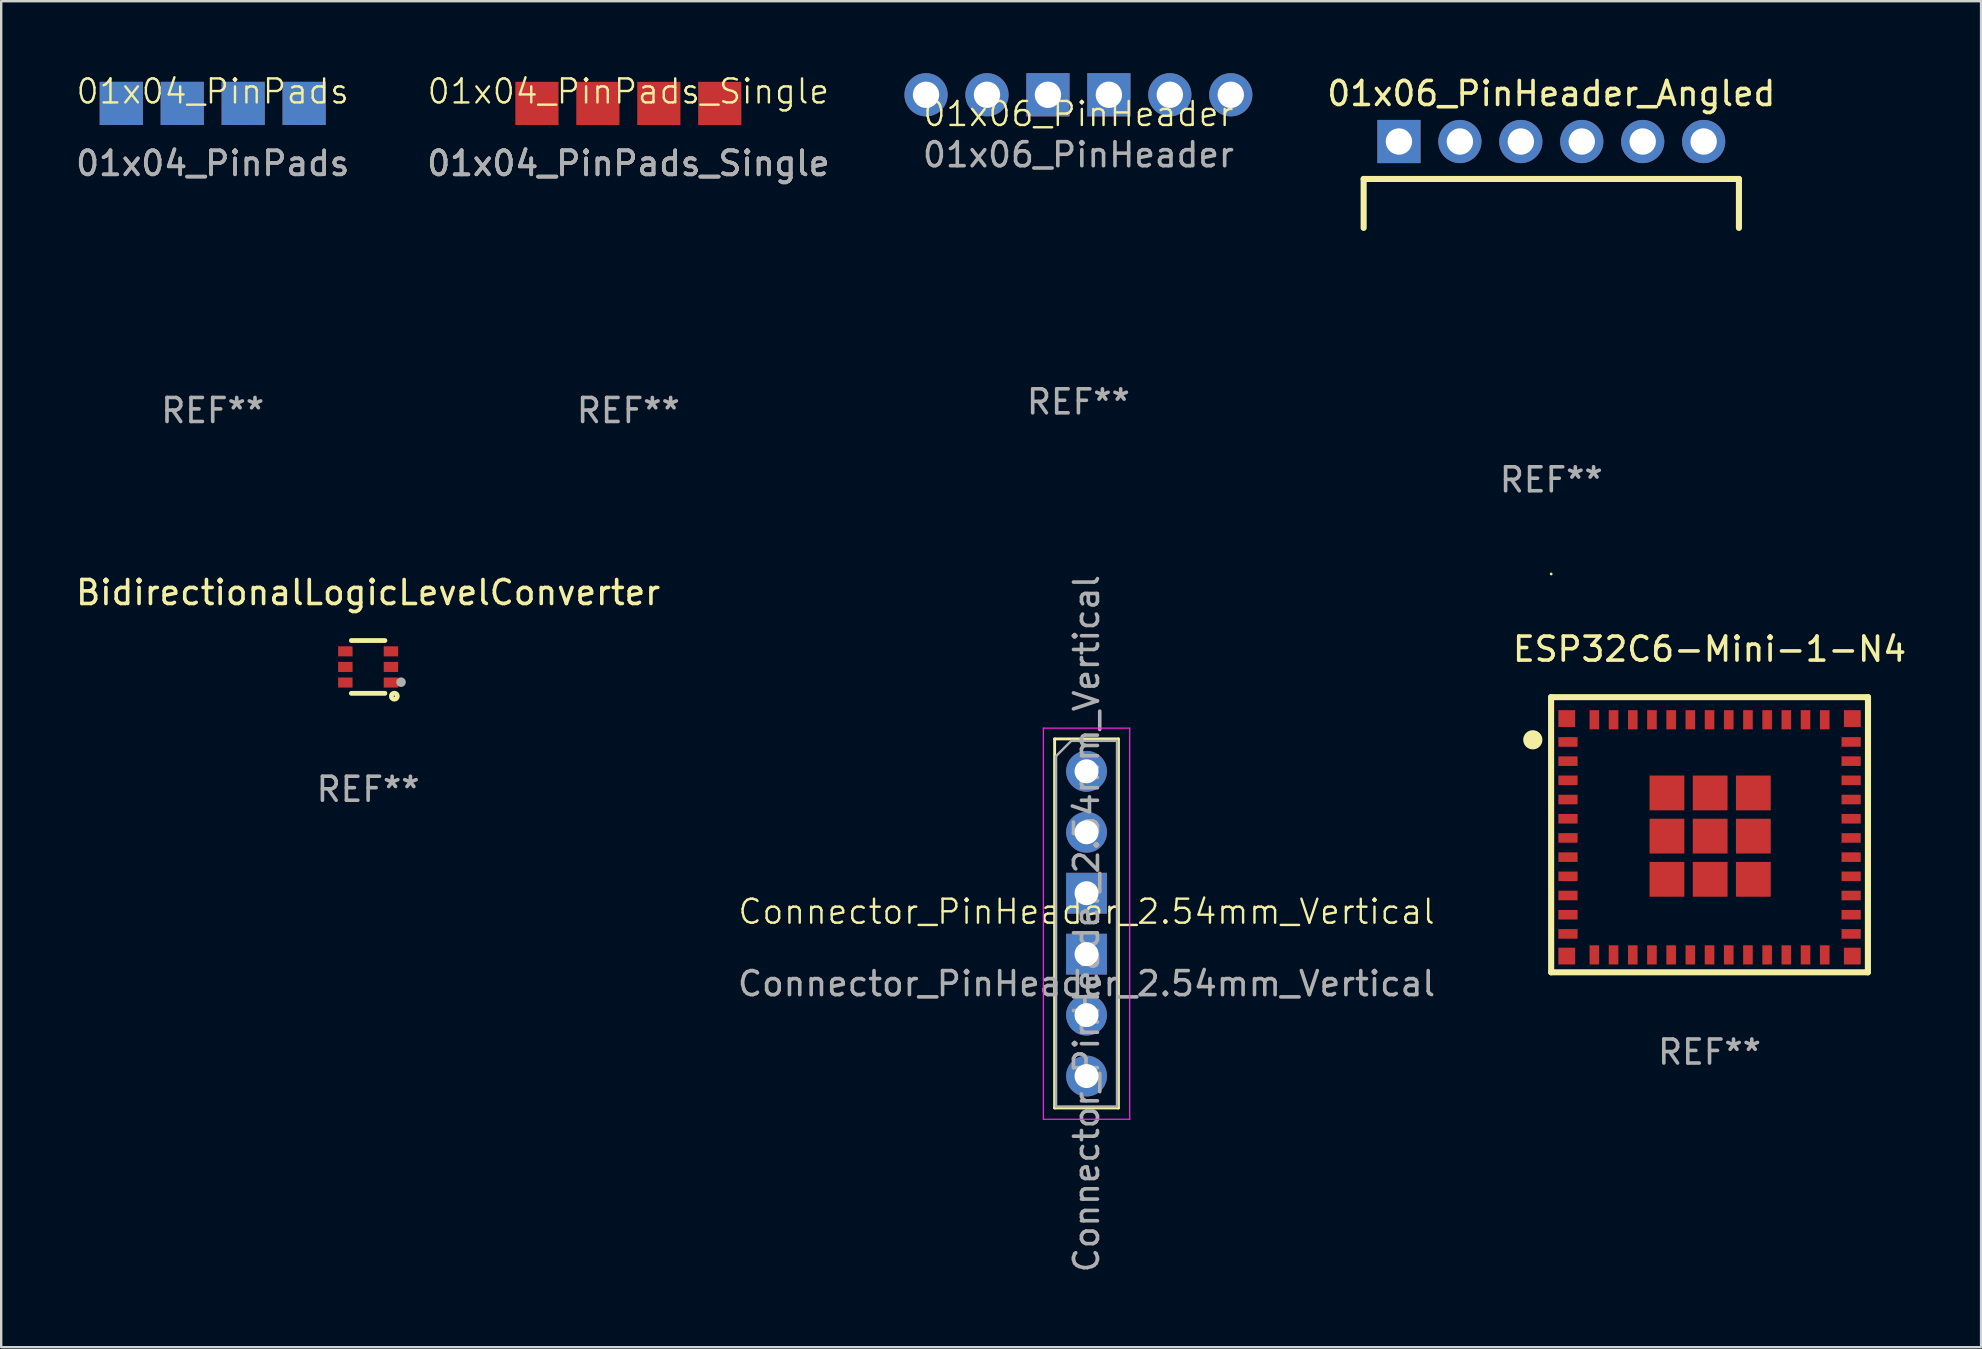
<source format=kicad_pcb>
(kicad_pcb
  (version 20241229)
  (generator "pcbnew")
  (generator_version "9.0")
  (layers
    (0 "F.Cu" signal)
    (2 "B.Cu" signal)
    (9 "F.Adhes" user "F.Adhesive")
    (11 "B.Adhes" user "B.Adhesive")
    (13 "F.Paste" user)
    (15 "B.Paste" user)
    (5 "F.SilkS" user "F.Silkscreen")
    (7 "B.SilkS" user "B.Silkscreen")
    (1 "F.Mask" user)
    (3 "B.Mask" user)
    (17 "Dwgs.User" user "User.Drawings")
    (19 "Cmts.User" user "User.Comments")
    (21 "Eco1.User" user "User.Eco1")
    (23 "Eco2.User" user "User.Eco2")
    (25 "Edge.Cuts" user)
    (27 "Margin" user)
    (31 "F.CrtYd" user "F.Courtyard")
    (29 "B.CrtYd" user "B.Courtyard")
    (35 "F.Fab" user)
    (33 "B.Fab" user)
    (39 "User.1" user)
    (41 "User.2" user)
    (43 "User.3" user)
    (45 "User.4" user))
  (footprint "01x06_PinHeader_Angled"
    (layer "F.Cu")
    (at 61.601 2.848)
    (property "Reference" "01x06_PinHeader_Angled" (at 0 -2 0) (layer "F.SilkS") (effects (font (size 1 1) (thickness 0.15))))
    (attr through_hole)
    (fp_line (start -7.82 1.56) (end 7.82 1.56) (stroke (width 0.254) (type solid)) (layer "F.SilkS"))
    (fp_line (start -7.82 3.6) (end -7.82 1.56) (stroke (width 0.254) (type solid)) (layer "F.SilkS"))
    (fp_line (start 7.82 1.56) (end 7.82 3.6) (stroke (width 0.254) (type solid)) (layer "F.SilkS"))
    (fp_text user "REF**" (at 0 14.1 0) (layer "F.Fab") (effects (font (size 1 1) (thickness 0.15))))
    (pad "1" thru_hole rect (at -6.35 0) (size 1.8 1.8) (drill 1.1) (layers "*.Cu" "*.Mask"))
    (pad "2" thru_hole circle (at -3.81 0) (size 1.8 1.8) (drill 1.1) (layers "*.Cu" "*.Mask"))
    (pad "3" thru_hole circle (at -1.27 0) (size 1.8 1.8) (drill 1.1) (layers "*.Cu" "*.Mask"))
    (pad "4" thru_hole circle (at 1.27 0) (size 1.8 1.8) (drill 1.1) (layers "*.Cu" "*.Mask"))
    (pad "5" thru_hole circle (at 3.81 0) (size 1.8 1.8) (drill 1.1) (layers "*.Cu" "*.Mask"))
    (pad "6" thru_hole circle (at 6.35 0) (size 1.8 1.8) (drill 1.1) (layers "*.Cu" "*.Mask")))
  (footprint "Connector_PinHeader_2.54mm_Vertical"
    (layer "F.Cu")
    (at 42.232 35.445)
    (property "Reference" "Connector_PinHeader_2.54mm_Vertical" (at 0 -0.5 0) (unlocked yes) (layer "F.SilkS") (effects (font (size 1 1) (thickness 0.1))))
    (attr through_hole)
    (fp_line (start -1.33 -7.7) (end -1.33 7.68) (stroke (width 0.12) (type solid)) (layer "F.SilkS"))
    (fp_line (start -1.33 -7.7) (end 1.33 -7.7) (stroke (width 0.12) (type solid)) (layer "F.SilkS"))
    (fp_line (start -1.33 7.68) (end 1.33 7.68) (stroke (width 0.12) (type solid)) (layer "F.SilkS"))
    (fp_line (start 1.33 -7.7) (end 1.33 7.68) (stroke (width 0.12) (type solid)) (layer "F.SilkS"))
    (fp_line (start -1.8 -8.15) (end -1.8 8.15) (stroke (width 0.05) (type solid)) (layer "F.CrtYd"))
    (fp_line (start -1.8 8.15) (end 1.8 8.15) (stroke (width 0.05) (type solid)) (layer "F.CrtYd"))
    (fp_line (start 1.8 -8.15) (end -1.8 -8.15) (stroke (width 0.05) (type solid)) (layer "F.CrtYd"))
    (fp_line (start 1.8 8.15) (end 1.8 -8.15) (stroke (width 0.05) (type solid)) (layer "F.CrtYd"))
    (fp_line (start -1.27 -6.985) (end -0.635 -7.62) (stroke (width 0.1) (type solid)) (layer "F.Fab"))
    (fp_line (start -1.27 7.62) (end -1.27 -6.985) (stroke (width 0.1) (type solid)) (layer "F.Fab"))
    (fp_line (start -0.635 -7.62) (end 1.27 -7.62) (stroke (width 0.1) (type solid)) (layer "F.Fab"))
    (fp_line (start 1.27 -7.62) (end 1.27 7.62) (stroke (width 0.1) (type solid)) (layer "F.Fab"))
    (fp_line (start 1.27 7.62) (end -1.27 7.62) (stroke (width 0.1) (type solid)) (layer "F.Fab"))
    (fp_text user "${REFERENCE}" (at 0 2.5 0) (unlocked yes) (layer "F.Fab") (effects (font (size 1 1) (thickness 0.15))))
    (fp_text user "${REFERENCE}" (at 0 0 90) (layer "F.Fab") (effects (font (size 1 1) (thickness 0.15))))
    (pad "1" thru_hole circle (at 0 -6.35) (size 1.7 1.7) (drill 1) (layers "*.Cu" "*.Mask"))
    (pad "2" thru_hole oval (at 0 -3.81) (size 1.7 1.7) (drill 1) (layers "*.Cu" "*.Mask"))
    (pad "3" thru_hole rect (at 0 -1.27) (size 1.7 1.7) (drill 1) (layers "*.Cu" "*.Mask"))
    (pad "4" thru_hole rect (at 0 1.27) (size 1.7 1.7) (drill 1) (layers "*.Cu" "*.Mask"))
    (pad "5" thru_hole oval (at 0 3.81) (size 1.7 1.7) (drill 1) (layers "*.Cu" "*.Mask"))
    (pad "6" thru_hole oval (at 0 6.35) (size 1.7 1.7) (drill 1) (layers "*.Cu" "*.Mask")))
  (footprint "01x04_PinPads"
    (layer "F.Cu")
    (at 5.815 1.26)
    (property "Reference" "01x04_PinPads" (at 0 -0.5 0) (unlocked yes) (layer "F.SilkS") (effects (font (size 1 1) (thickness 0.1))))
    (attr smd)
    (fp_text user "${REFERENCE}" (at 0 2.5 0) (unlocked yes) (layer "F.Fab") (effects (font (size 1 1) (thickness 0.15))))
    (fp_text user "REF**" (at 0 12.8 0) (layer "F.Fab") (effects (font (size 1 1) (thickness 0.15))))
    (fp_text user "${REFERENCE}" (at 0 2.5 0) (unlocked yes) (layer "F.Fab") (effects (font (size 1 1) (thickness 0.15))))
    (pad "" smd rect (at -3.81 0) (size 1.8 1.8) (layers "B.Cu" "B.Mask" "B.Paste"))
    (pad "" smd rect (at -1.27 0) (size 1.8 1.8) (layers "B.Cu" "B.Mask" "B.Paste"))
    (pad "" smd rect (at 1.27 0) (size 1.8 1.8) (layers "B.Cu" "B.Mask" "B.Paste"))
    (pad "" smd rect (at 3.81 0) (size 1.8 1.8) (layers "B.Cu" "B.Mask" "B.Paste"))
    (pad "1" smd rect (at -3.81 0) (size 1.8 1.8) (layers "F.Cu" "F.Mask" "F.Paste"))
    (pad "2" smd rect (at -1.27 0) (size 1.8 1.8) (layers "F.Cu" "F.Mask" "F.Paste"))
    (pad "3" smd rect (at 1.27 0) (size 1.8 1.8) (layers "F.Cu" "F.Mask" "F.Paste"))
    (pad "4" smd rect (at 3.81 0) (size 1.8 1.8) (layers "F.Cu" "F.Mask" "F.Paste")))
  (footprint "BidirectionalLogicLevelConverter"
    (layer "F.Cu")
    (at 12.292 24.745)
    (property "Reference" "BidirectionalLogicLevelConverter" (at 0 -3.1 0) (layer "F.SilkS") (effects (font (size 1 1) (thickness 0.15))))
    (attr smd)
    (fp_line (start -0.7 -1.1) (end 0.7 -1.1) (stroke (width 0.2) (type solid)) (layer "F.SilkS"))
    (fp_line (start -0.7 1.1) (end 0.7 1.1) (stroke (width 0.2) (type solid)) (layer "F.SilkS"))
    (fp_arc (start 1.093472 1.094209) (mid 1.092182 1.344189) (end 1.090972 1.094209) (stroke (width 0.2) (type solid)) (layer "F.SilkS"))
    (fp_circle (center 1.053 1.1) (end 1.083 1.1) (stroke (width 0.06) (type solid)) (fill no) (layer "F.SilkS"))
    (fp_circle (center 1.372 0.635) (end 1.472 0.635) (stroke (width 0.2) (type solid)) (fill no) (layer "F.Fab"))
    (fp_text user "REF**" (at 0 5.1 0) (layer "F.Fab") (effects (font (size 1 1) (thickness 0.15))))
    (pad "1" smd rect (at 0.95 0.65 90) (size 0.42 0.6) (layers "F.Cu" "F.Mask" "F.Paste"))
    (pad "2" smd rect (at 0.95 0 90) (size 0.42 0.6) (layers "F.Cu" "F.Mask" "F.Paste"))
    (pad "3" smd rect (at 0.95 -0.65 90) (size 0.42 0.6) (layers "F.Cu" "F.Mask" "F.Paste"))
    (pad "4" smd rect (at -0.95 -0.65 270) (size 0.42 0.6) (layers "F.Cu" "F.Mask" "F.Paste"))
    (pad "5" smd rect (at -0.95 0 270) (size 0.42 0.6) (layers "F.Cu" "F.Mask" "F.Paste"))
    (pad "6" smd rect (at -0.95 0.65 270) (size 0.42 0.6) (layers "F.Cu" "F.Mask" "F.Paste")))
  (footprint "01x04_PinPads_Single"
    (layer "F.Cu")
    (at 23.137 1.26)
    (property "Reference" "01x04_PinPads_Single" (at 0 -0.5 0) (unlocked yes) (layer "F.SilkS") (effects (font (size 1 1) (thickness 0.1))))
    (attr smd)
    (fp_text user "${REFERENCE}" (at 0 2.5 0) (unlocked yes) (layer "F.Fab") (effects (font (size 1 1) (thickness 0.15))))
    (fp_text user "REF**" (at 0 12.8 0) (layer "F.Fab") (effects (font (size 1 1) (thickness 0.15))))
    (fp_text user "${REFERENCE}" (at 0 2.5 0) (unlocked yes) (layer "F.Fab") (effects (font (size 1 1) (thickness 0.15))))
    (fp_text user "${REFERENCE}" (at 0 2.5 0) (unlocked yes) (layer "F.Fab") (effects (font (size 1 1) (thickness 0.15))))
    (pad "1" smd rect (at -3.81 0) (size 1.8 1.8) (layers "F.Cu" "F.Mask" "F.Paste"))
    (pad "2" smd rect (at -1.27 0) (size 1.8 1.8) (layers "F.Cu" "F.Mask" "F.Paste"))
    (pad "3" smd rect (at 1.27 0) (size 1.8 1.8) (layers "F.Cu" "F.Mask" "F.Paste"))
    (pad "4" smd rect (at 3.81 0) (size 1.8 1.8) (layers "F.Cu" "F.Mask" "F.Paste")))
  (footprint "ESP32C6-Mini-1-N4"
    (layer "F.Cu")
    (at 68.196 31.846)
    (property "Reference" "ESP32C6-Mini-1-N4" (at 0 -7.842 0) (layer "F.SilkS") (effects (font (size 1 1) (thickness 0.15))))
    (attr smd)
    (fp_line (start -6.604 -5.842) (end -6.6 5.625) (stroke (width 0.254) (type solid)) (layer "F.SilkS"))
    (fp_line (start -6.604 -5.842) (end 6.604 -5.842) (stroke (width 0.254) (type solid)) (layer "F.SilkS"))
    (fp_line (start -6.6 5.625) (end 6.6 5.625) (stroke (width 0.254) (type solid)) (layer "F.SilkS"))
    (fp_line (start 6.6 5.625) (end 6.604 -5.842) (stroke (width 0.254) (type solid)) (layer "F.SilkS"))
    (fp_circle (center -7.366 -4.064) (end -7.166 -4.064) (stroke (width 0.4) (type solid)) (fill no) (layer "F.SilkS"))
    (fp_circle (center -6.6 -10.975) (end -6.57 -10.975) (stroke (width 0.06) (type solid)) (fill no) (layer "F.SilkS"))
    (fp_line (start -6.6 -11) (end 6.6 -11) (stroke (width 0.1) (type default)) (layer "User.1"))
    (fp_line (start -6.6 -5.8) (end -6.6 -11) (stroke (width 0.1) (type default)) (layer "User.1"))
    (fp_line (start 6.6 -11) (end 6.6 -5.8) (stroke (width 0.1) (type default)) (layer "User.1"))
    (fp_line (start 6.6 -5.8) (end -6.6 -5.8) (stroke (width 0.1) (type default)) (layer "User.1"))
    (fp_text user "REF**" (at 0 8.95 0) (layer "F.Fab") (effects (font (size 1 1) (thickness 0.15))))
    (pad "1" smd rect (at -5.9 -3.975) (size 0.8 0.4) (layers "F.Cu" "F.Mask" "F.Paste"))
    (pad "2" smd rect (at -5.9 -3.175) (size 0.8 0.4) (layers "F.Cu" "F.Mask" "F.Paste"))
    (pad "3" smd rect (at -5.9 -2.375) (size 0.8 0.4) (layers "F.Cu" "F.Mask" "F.Paste"))
    (pad "4" smd rect (at -5.9 -1.575) (size 0.8 0.4) (layers "F.Cu" "F.Mask" "F.Paste"))
    (pad "5" smd rect (at -5.9 -0.775) (size 0.8 0.4) (layers "F.Cu" "F.Mask" "F.Paste"))
    (pad "6" smd rect (at -5.9 0.025) (size 0.8 0.4) (layers "F.Cu" "F.Mask" "F.Paste"))
    (pad "7" smd rect (at -5.9 0.825) (size 0.8 0.4) (layers "F.Cu" "F.Mask" "F.Paste"))
    (pad "8" smd rect (at -5.9 1.625) (size 0.8 0.4) (layers "F.Cu" "F.Mask" "F.Paste"))
    (pad "9" smd rect (at -5.9 2.425) (size 0.8 0.4) (layers "F.Cu" "F.Mask" "F.Paste"))
    (pad "10" smd rect (at -5.9 3.225) (size 0.8 0.4) (layers "F.Cu" "F.Mask" "F.Paste"))
    (pad "11" smd rect (at -5.9 4.025) (size 0.8 0.4) (layers "F.Cu" "F.Mask" "F.Paste"))
    (pad "12" smd rect (at -4.8 4.9 270) (size 0.8 0.4) (layers "F.Cu" "F.Mask" "F.Paste"))
    (pad "13" smd rect (at -4 4.9 270) (size 0.8 0.4) (layers "F.Cu" "F.Mask" "F.Paste"))
    (pad "14" smd rect (at -3.2 4.9 270) (size 0.8 0.4) (layers "F.Cu" "F.Mask" "F.Paste"))
    (pad "15" smd rect (at -2.4 4.9 270) (size 0.8 0.4) (layers "F.Cu" "F.Mask" "F.Paste"))
    (pad "16" smd rect (at -1.6 4.9 270) (size 0.8 0.4) (layers "F.Cu" "F.Mask" "F.Paste"))
    (pad "17" smd rect (at -0.8 4.9 270) (size 0.8 0.4) (layers "F.Cu" "F.Mask" "F.Paste"))
    (pad "18" smd rect (at -0.000152 4.9 270) (size 0.8 0.4) (layers "F.Cu" "F.Mask" "F.Paste"))
    (pad "19" smd rect (at 0.8 4.9 270) (size 0.8 0.4) (layers "F.Cu" "F.Mask" "F.Paste"))
    (pad "20" smd rect (at 1.6 4.9 270) (size 0.8 0.4) (layers "F.Cu" "F.Mask" "F.Paste"))
    (pad "21" smd rect (at 2.4 4.9 270) (size 0.8 0.4) (layers "F.Cu" "F.Mask" "F.Paste"))
    (pad "22" smd rect (at 3.2 4.9 270) (size 0.8 0.4) (layers "F.Cu" "F.Mask" "F.Paste"))
    (pad "23" smd rect (at 4 4.9 270) (size 0.8 0.4) (layers "F.Cu" "F.Mask" "F.Paste"))
    (pad "24" smd rect (at 4.8 4.9 270) (size 0.8 0.4) (layers "F.Cu" "F.Mask" "F.Paste"))
    (pad "25" smd rect (at 5.9 4.025) (size 0.8 0.4) (layers "F.Cu" "F.Mask" "F.Paste"))
    (pad "26" smd rect (at 5.9 3.225) (size 0.8 0.4) (layers "F.Cu" "F.Mask" "F.Paste"))
    (pad "27" smd rect (at 5.9 2.425) (size 0.8 0.4) (layers "F.Cu" "F.Mask" "F.Paste"))
    (pad "28" smd rect (at 5.9 1.625) (size 0.8 0.4) (layers "F.Cu" "F.Mask" "F.Paste"))
    (pad "29" smd rect (at 5.9 0.825) (size 0.8 0.4) (layers "F.Cu" "F.Mask" "F.Paste"))
    (pad "30" smd rect (at 5.9 0.025) (size 0.8 0.4) (layers "F.Cu" "F.Mask" "F.Paste"))
    (pad "31" smd rect (at 5.9 -0.775) (size 0.8 0.4) (layers "F.Cu" "F.Mask" "F.Paste"))
    (pad "32" smd rect (at 5.9 -1.575) (size 0.8 0.4) (layers "F.Cu" "F.Mask" "F.Paste"))
    (pad "33" smd rect (at 5.9 -2.375) (size 0.8 0.4) (layers "F.Cu" "F.Mask" "F.Paste"))
    (pad "34" smd rect (at 5.9 -3.175) (size 0.8 0.4) (layers "F.Cu" "F.Mask" "F.Paste"))
    (pad "35" smd rect (at 5.9 -3.975) (size 0.8 0.4) (layers "F.Cu" "F.Mask" "F.Paste"))
    (pad "36" smd rect (at 4.8 -4.9 270) (size 0.8 0.4) (layers "F.Cu" "F.Mask" "F.Paste"))
    (pad "37" smd rect (at 4 -4.9 270) (size 0.8 0.4) (layers "F.Cu" "F.Mask" "F.Paste"))
    (pad "38" smd rect (at 3.2 -4.9 270) (size 0.8 0.4) (layers "F.Cu" "F.Mask" "F.Paste"))
    (pad "39" smd rect (at 2.4 -4.9 270) (size 0.8 0.4) (layers "F.Cu" "F.Mask" "F.Paste"))
    (pad "40" smd rect (at 1.6 -4.9 270) (size 0.8 0.4) (layers "F.Cu" "F.Mask" "F.Paste"))
    (pad "41" smd rect (at 0.8 -4.9 270) (size 0.8 0.4) (layers "F.Cu" "F.Mask" "F.Paste"))
    (pad "42" smd rect (at 0.000102 -4.9 270) (size 0.8 0.4) (layers "F.Cu" "F.Mask" "F.Paste"))
    (pad "43" smd rect (at -0.8 -4.9 270) (size 0.8 0.4) (layers "F.Cu" "F.Mask" "F.Paste"))
    (pad "44" smd rect (at -1.6 -4.9 270) (size 0.8 0.4) (layers "F.Cu" "F.Mask" "F.Paste"))
    (pad "45" smd rect (at -2.4 -4.9 270) (size 0.8 0.4) (layers "F.Cu" "F.Mask" "F.Paste"))
    (pad "46" smd rect (at -3.2 -4.9 270) (size 0.8 0.4) (layers "F.Cu" "F.Mask" "F.Paste"))
    (pad "47" smd rect (at -4 -4.9 270) (size 0.8 0.4) (layers "F.Cu" "F.Mask" "F.Paste"))
    (pad "48" smd rect (at -4.8 -4.9 270) (size 0.8 0.4) (layers "F.Cu" "F.Mask" "F.Paste"))
    (pad "49" smd rect (at -1.775 -1.85) (size 1.45 1.45) (layers "F.Cu" "F.Mask" "F.Paste"))
    (pad "49" smd rect (at -1.775 -0.05) (size 1.45 1.45) (layers "F.Cu" "F.Mask" "F.Paste"))
    (pad "49" smd rect (at -1.775 1.75) (size 1.45 1.45) (layers "F.Cu" "F.Mask" "F.Paste"))
    (pad "49" smd rect (at 0.025 -1.85) (size 1.45 1.45) (layers "F.Cu" "F.Mask" "F.Paste"))
    (pad "49" smd rect (at 0.025 -0.05) (size 1.45 1.45) (layers "F.Cu" "F.Mask" "F.Paste"))
    (pad "49" smd rect (at 0.025 1.75) (size 1.45 1.45) (layers "F.Cu" "F.Mask" "F.Paste"))
    (pad "49" smd rect (at 1.825 -1.85) (size 1.45 1.45) (layers "F.Cu" "F.Mask" "F.Paste"))
    (pad "49" smd rect (at 1.825 -0.05) (size 1.45 1.45) (layers "F.Cu" "F.Mask" "F.Paste"))
    (pad "49" smd rect (at 1.825 1.75) (size 1.45 1.45) (layers "F.Cu" "F.Mask" "F.Paste"))
    (pad "50" smd rect (at 5.95 -4.95) (size 0.7 0.7) (layers "F.Cu" "F.Mask" "F.Paste"))
    (pad "51" smd rect (at 5.95 4.95) (size 0.7 0.7) (layers "F.Cu" "F.Mask" "F.Paste"))
    (pad "52" smd rect (at -5.95 4.95) (size 0.7 0.7) (layers "F.Cu" "F.Mask" "F.Paste"))
    (pad "53" smd rect (at -5.95 -4.95) (size 0.7 0.7) (layers "F.Cu" "F.Mask" "F.Paste")))
  (footprint "01x06_PinHeader"
    (layer "F.Cu")
    (at 41.893 0.9)
    (property "Reference" "01x06_PinHeader" (at 0 0.8 0) (unlocked yes) (layer "F.SilkS") (effects (font (size 1 1) (thickness 0.1))))
    (attr smd)
    (fp_text user "REF**" (at 0 12.8 0) (layer "F.Fab") (effects (font (size 1 1) (thickness 0.15))))
    (fp_text user "${REFERENCE}" (at 0 2.5 0) (unlocked yes) (layer "F.Fab") (effects (font (size 1 1) (thickness 0.15))))
    (pad "1" thru_hole circle (at -6.35 0) (size 1.8 1.8) (drill 1.1) (layers "*.Cu" "*.Mask"))
    (pad "2" thru_hole circle (at -3.81 0) (size 1.8 1.8) (drill 1.1) (layers "*.Cu" "*.Mask"))
    (pad "3" thru_hole rect (at -1.27 0) (size 1.8 1.8) (drill 1.1) (layers "*.Cu" "*.Mask"))
    (pad "4" thru_hole rect (at 1.27 0) (size 1.8 1.8) (drill 1.1) (layers "*.Cu" "*.Mask"))
    (pad "5" thru_hole circle (at 3.81 0) (size 1.8 1.8) (drill 1.1) (layers "*.Cu" "*.Mask"))
    (pad "6" thru_hole circle (at 6.35 0) (size 1.8 1.8) (drill 1.1) (layers "*.Cu" "*.Mask")))
  (gr_rect
    (start -3 -3)
    (end 79.512 53.094)
    (stroke (width 0.1) (type default))
    (fill no)
    (layer "Edge.Cuts")))
</source>
